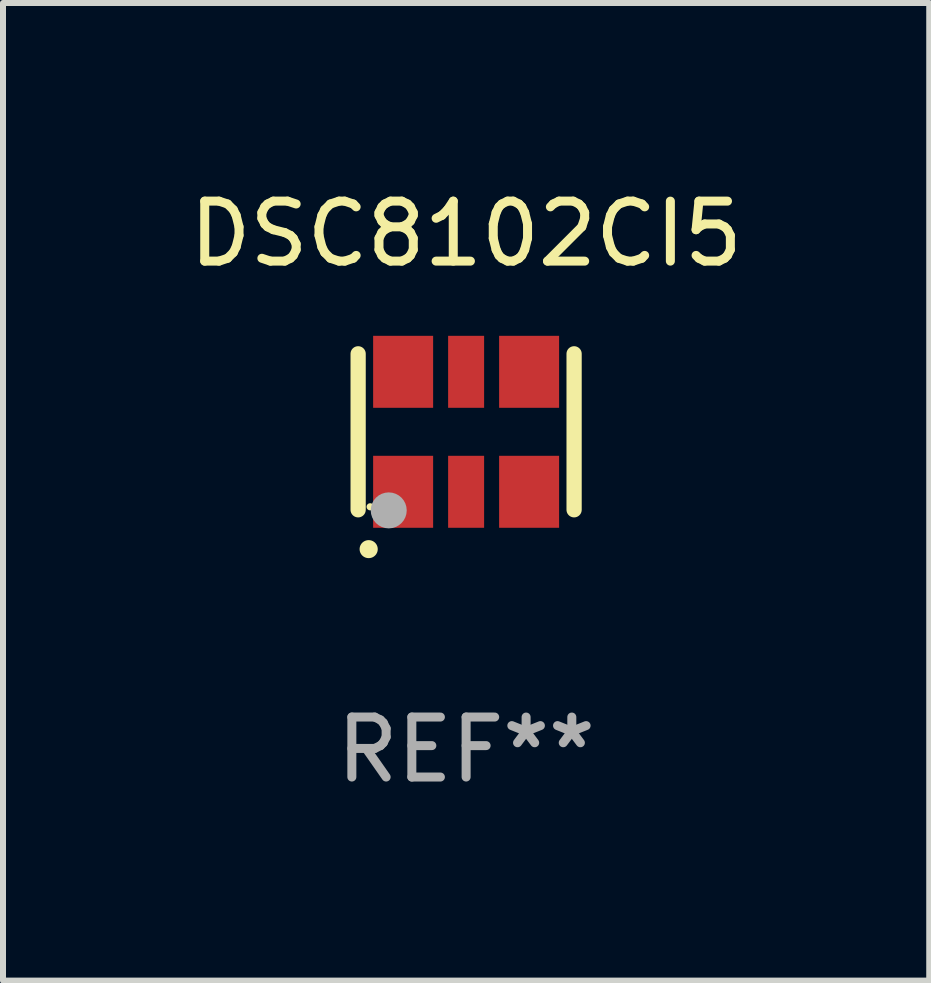
<source format=kicad_pcb>
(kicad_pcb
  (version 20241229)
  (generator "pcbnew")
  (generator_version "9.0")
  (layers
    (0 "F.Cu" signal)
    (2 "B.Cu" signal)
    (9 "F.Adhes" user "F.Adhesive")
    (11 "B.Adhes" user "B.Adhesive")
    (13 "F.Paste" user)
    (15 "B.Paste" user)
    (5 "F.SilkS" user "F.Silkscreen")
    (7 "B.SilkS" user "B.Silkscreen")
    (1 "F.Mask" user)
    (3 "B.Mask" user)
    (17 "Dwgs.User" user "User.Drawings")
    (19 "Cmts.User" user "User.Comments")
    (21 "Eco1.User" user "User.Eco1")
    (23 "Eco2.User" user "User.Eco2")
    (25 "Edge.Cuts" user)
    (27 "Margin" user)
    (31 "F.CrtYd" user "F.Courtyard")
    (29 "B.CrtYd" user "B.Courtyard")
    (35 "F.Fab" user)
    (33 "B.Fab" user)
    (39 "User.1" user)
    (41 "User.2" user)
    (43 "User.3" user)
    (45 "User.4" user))
  (footprint "DSC8102CI5"
    (layer "F.Cu")
    (at 4.72 4.148)
    (property "Reference" "DSC8102CI5" (at 0 -3.3 0) (layer "F.SilkS") (effects (font (size 1 1) (thickness 0.15))))
    (attr through_hole)
    (fp_line (start -1.8 -1.3) (end -1.8 1.3) (stroke (width 0.254) (type solid)) (layer "F.SilkS"))
    (fp_line (start 1.8 -1.3) (end 1.8 1.3) (stroke (width 0.254) (type solid)) (layer "F.SilkS"))
    (fp_arc (start -1.625603 1.955804) (mid -1.624333 1.955799) (end -1.623063 1.955804) (stroke (width 0.3) (type solid)) (layer "F.SilkS"))
    (fp_circle (center -1.6 1.25) (end -1.57 1.25) (stroke (width 0.06) (type solid)) (fill no) (layer "F.SilkS"))
    (fp_circle (center -1.29 1.31) (end -1.14 1.31) (stroke (width 0.3) (type solid)) (fill no) (layer "F.Fab"))
    (fp_text user "REF**" (at 0 5.3 0) (layer "F.Fab") (effects (font (size 1 1) (thickness 0.15))))
    (pad "1" smd rect (at -1.05 1) (size 1 1.2) (layers "F.Cu" "F.Mask" "F.Paste"))
    (pad "2" smd rect (at 0 1) (size 0.6 1.2) (layers "F.Cu" "F.Mask" "F.Paste"))
    (pad "3" smd rect (at 1.05 1) (size 1 1.2) (layers "F.Cu" "F.Mask" "F.Paste"))
    (pad "4" smd rect (at 1.05 -1) (size 1 1.2) (layers "F.Cu" "F.Mask" "F.Paste"))
    (pad "5" smd rect (at 0 -1) (size 0.6 1.2) (layers "F.Cu" "F.Mask" "F.Paste"))
    (pad "6" smd rect (at -1.05 -1) (size 1 1.2) (layers "F.Cu" "F.Mask" "F.Paste")))
  (gr_rect
    (start -3 -3)
    (end 12.44 13.296)
    (stroke (width 0.1) (type default))
    (fill no)
    (layer "Edge.Cuts")))
</source>
